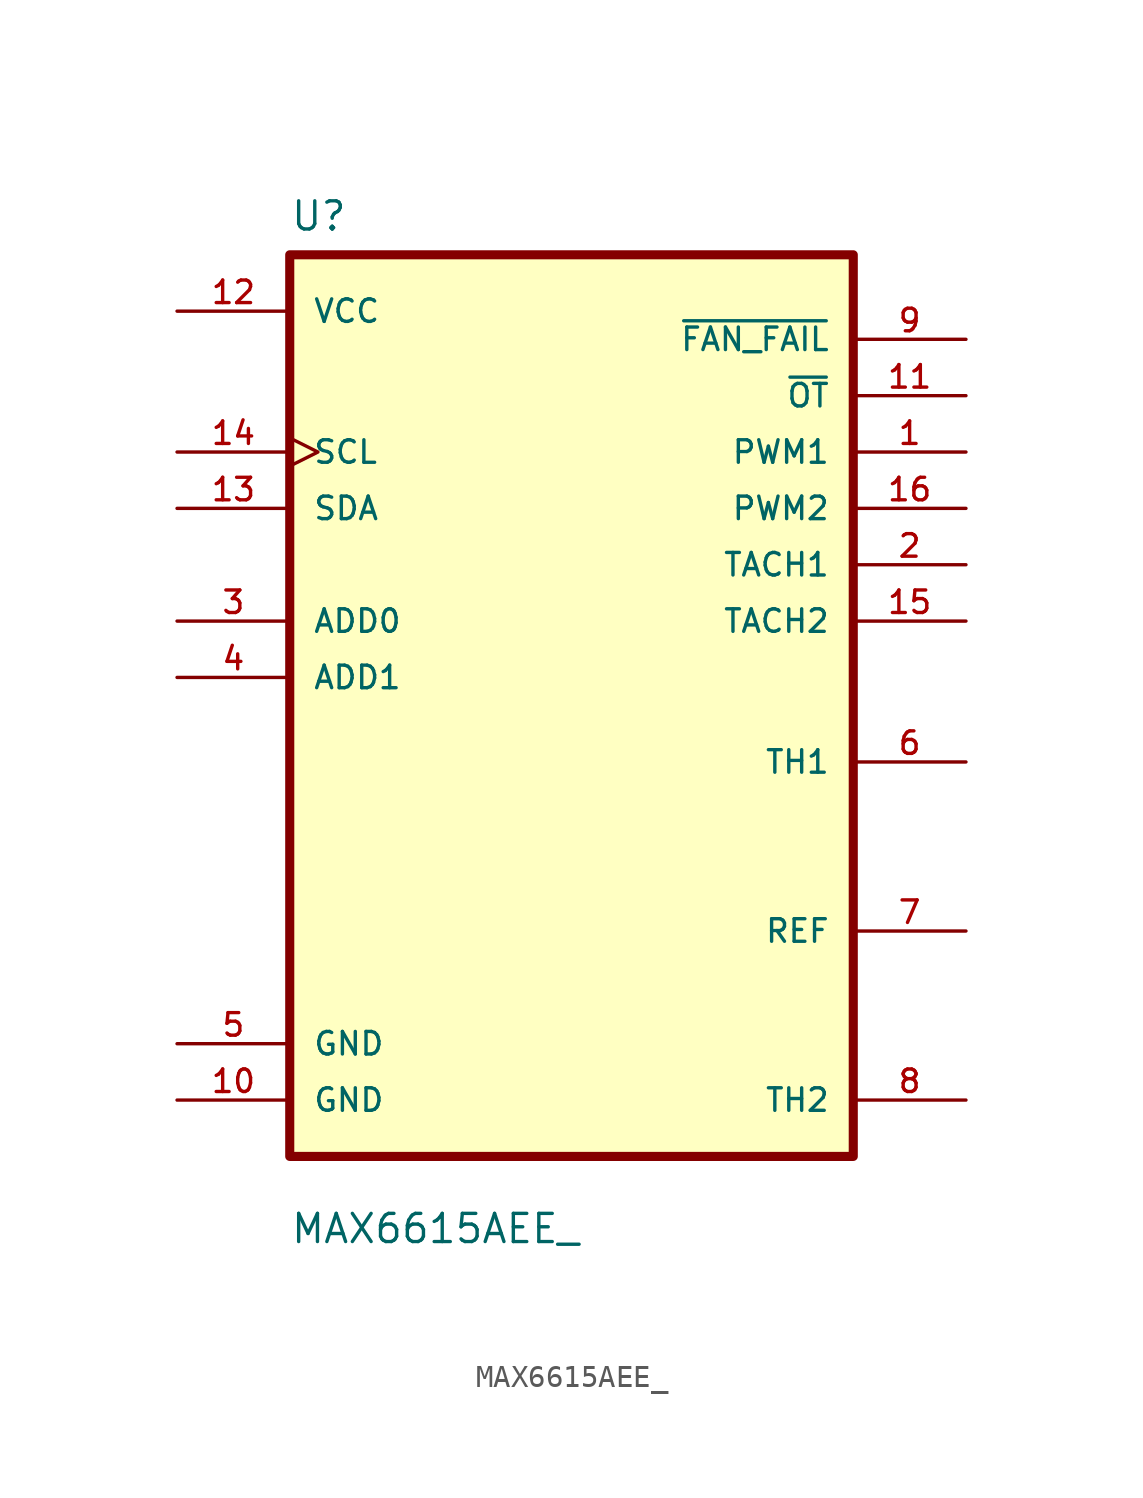
<source format=kicad_sym>
(kicad_symbol_lib
  (version 20231120)
  (generator "kicad_symbol_editor")
  (generator_version "8.0")
  (symbol "MAX6615AEE_"
    (pin_names
      (offset 1.016))
    (property "Reference" "U"
      (at -12.7 21.32 0)
      (effects (font (size 1.27 1.27)) (justify left bottom)))
    (property "Value" "MAX6615AEE_"
      (at -12.7 -24.32 0)
      (effects (font (size 1.27 1.27)) (justify left bottom)))
    (symbol "MAX6615AEE__0_0"
      (rectangle (start -12.7 20.32) (end 12.7 -20.32) (stroke (width 0.41) (type default)) (fill (type background)))
      (pin output line (at 17.78 11.43 180) (length 5.08) (name "PWM1" (effects (font (size 1.016 1.016)))) (number "1" (effects (font (size 1.016 1.016)))))
      (pin power_in line (at -17.78 -17.78 0) (length 5.08) (name "GND" (effects (font (size 1.016 1.016)))) (number "10" (effects (font (size 1.016 1.016)))))
      (pin output line (at 17.78 13.97 180) (length 5.08) (name "~{OT}" (effects (font (size 1.016 1.016)))) (number "11" (effects (font (size 1.016 1.016)))))
      (pin power_in line (at -17.78 17.78 0) (length 5.08) (name "VCC" (effects (font (size 1.016 1.016)))) (number "12" (effects (font (size 1.016 1.016)))))
      (pin bidirectional line (at -17.78 8.89 0) (length 5.08) (name "SDA" (effects (font (size 1.016 1.016)))) (number "13" (effects (font (size 1.016 1.016)))))
      (pin input clock (at -17.78 11.43 0) (length 5.08) (name "SCL" (effects (font (size 1.016 1.016)))) (number "14" (effects (font (size 1.016 1.016)))))
      (pin input line (at 17.78 3.81 180) (length 5.08) (name "TACH2" (effects (font (size 1.016 1.016)))) (number "15" (effects (font (size 1.016 1.016)))))
      (pin output line (at 17.78 8.89 180) (length 5.08) (name "PWM2" (effects (font (size 1.016 1.016)))) (number "16" (effects (font (size 1.016 1.016)))))
      (pin input line (at 17.78 6.35 180) (length 5.08) (name "TACH1" (effects (font (size 1.016 1.016)))) (number "2" (effects (font (size 1.016 1.016)))))
      (pin bidirectional line (at -17.78 3.81 0) (length 5.08) (name "ADD0" (effects (font (size 1.016 1.016)))) (number "3" (effects (font (size 1.016 1.016)))))
      (pin bidirectional line (at -17.78 1.27 0) (length 5.08) (name "ADD1" (effects (font (size 1.016 1.016)))) (number "4" (effects (font (size 1.016 1.016)))))
      (pin power_in line (at -17.78 -15.24 0) (length 5.08) (name "GND" (effects (font (size 1.016 1.016)))) (number "5" (effects (font (size 1.016 1.016)))))
      (pin input line (at 17.78 -2.54 180) (length 5.08) (name "TH1" (effects (font (size 1.016 1.016)))) (number "6" (effects (font (size 1.016 1.016)))))
      (pin output line (at 17.78 -10.16 180) (length 5.08) (name "REF" (effects (font (size 1.016 1.016)))) (number "7" (effects (font (size 1.016 1.016)))))
      (pin input line (at 17.78 -17.78 180) (length 5.08) (name "TH2" (effects (font (size 1.016 1.016)))) (number "8" (effects (font (size 1.016 1.016)))))
      (pin output line (at 17.78 16.51 180) (length 5.08) (name "~{FAN_FAIL}" (effects (font (size 1.016 1.016)))) (number "9" (effects (font (size 1.016 1.016))))))))
</source>
